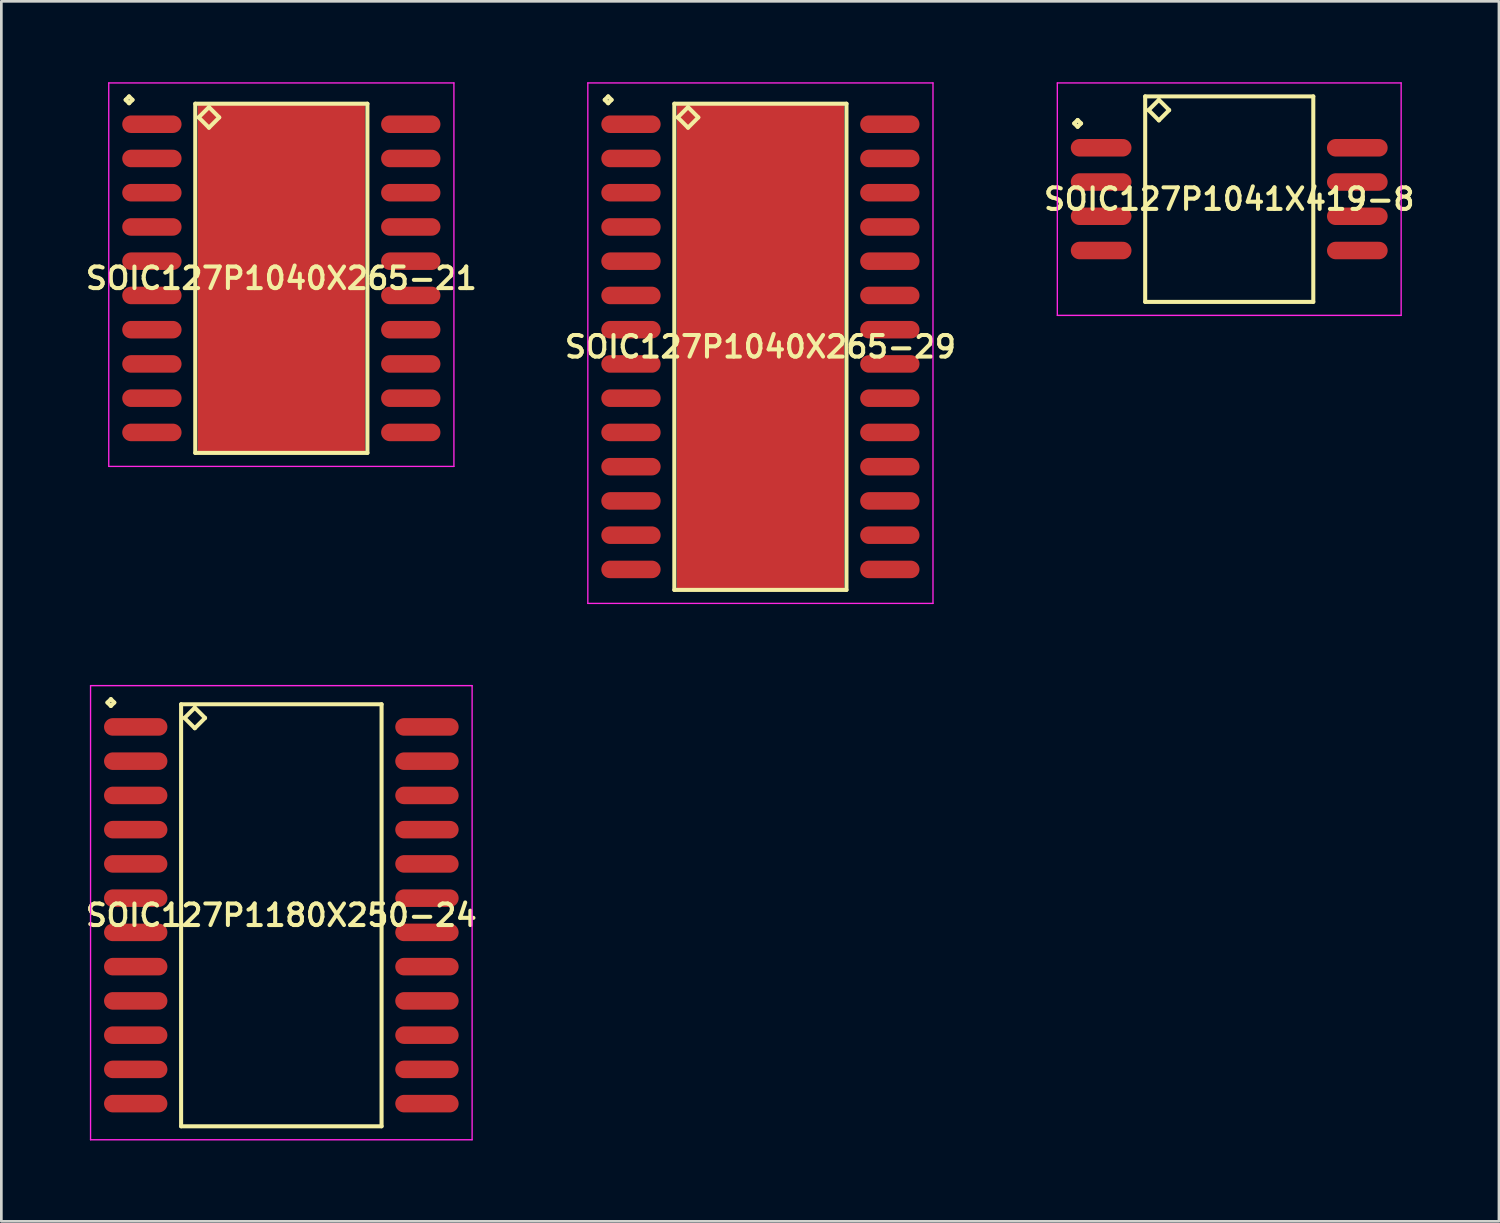
<source format=kicad_pcb>
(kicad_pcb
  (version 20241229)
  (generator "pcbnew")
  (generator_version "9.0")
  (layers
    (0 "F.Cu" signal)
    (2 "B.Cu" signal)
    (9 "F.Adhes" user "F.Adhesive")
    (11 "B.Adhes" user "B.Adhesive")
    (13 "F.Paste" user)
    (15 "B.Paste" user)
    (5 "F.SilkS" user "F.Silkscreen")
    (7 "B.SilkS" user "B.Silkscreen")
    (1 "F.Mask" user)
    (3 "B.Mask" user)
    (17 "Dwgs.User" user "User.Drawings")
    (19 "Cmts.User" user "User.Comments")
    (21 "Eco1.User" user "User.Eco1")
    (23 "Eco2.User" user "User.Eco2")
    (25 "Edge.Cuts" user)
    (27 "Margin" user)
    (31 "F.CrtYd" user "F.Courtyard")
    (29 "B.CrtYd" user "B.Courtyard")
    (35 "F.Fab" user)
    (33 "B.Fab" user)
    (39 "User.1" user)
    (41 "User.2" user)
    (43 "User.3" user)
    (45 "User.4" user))
  (footprint "SOIC127P1040X265-21"
    (layer "F.Cu")
    (at 7.383 7.271)
    (property "Reference" "SOIC127P1040X265-21" (at 0 0 0) (layer "F.SilkS") (effects (font (size 0.8 0.8) (thickness 0.15))))
    (attr smd)
    (fp_line (start -5.773 -6.619) (end -5.646 -6.746) (stroke (width 0.15) (type solid)) (layer "F.SilkS"))
    (fp_line (start -5.646 -6.746) (end -5.519 -6.619) (stroke (width 0.15) (type solid)) (layer "F.SilkS"))
    (fp_line (start -5.646 -6.492) (end -5.773 -6.619) (stroke (width 0.15) (type solid)) (layer "F.SilkS"))
    (fp_line (start -5.519 -6.619) (end -5.646 -6.492) (stroke (width 0.15) (type solid)) (layer "F.SilkS"))
    (fp_line (start -3.192 -6.475) (end -3.192 6.475) (stroke (width 0.15) (type solid)) (layer "F.SilkS"))
    (fp_line (start -3.192 6.475) (end 3.192 6.475) (stroke (width 0.15) (type solid)) (layer "F.SilkS"))
    (fp_line (start -3.065 -5.967) (end -2.684 -6.348) (stroke (width 0.15) (type solid)) (layer "F.SilkS"))
    (fp_line (start -2.684 -6.348) (end -2.303 -5.967) (stroke (width 0.15) (type solid)) (layer "F.SilkS"))
    (fp_line (start -2.684 -5.586) (end -3.065 -5.967) (stroke (width 0.15) (type solid)) (layer "F.SilkS"))
    (fp_line (start -2.303 -5.967) (end -2.684 -5.586) (stroke (width 0.15) (type solid)) (layer "F.SilkS"))
    (fp_line (start 3.192 -6.475) (end -3.192 -6.475) (stroke (width 0.15) (type solid)) (layer "F.SilkS"))
    (fp_line (start 3.192 6.475) (end 3.192 -6.475) (stroke (width 0.15) (type solid)) (layer "F.SilkS"))
    (fp_line (start -6.4 -7.246) (end 6.4 -7.246) (stroke (width 0.05) (type solid)) (layer "F.CrtYd"))
    (fp_line (start -6.4 6.975) (end -6.4 -7.246) (stroke (width 0.05) (type solid)) (layer "F.CrtYd"))
    (fp_line (start 6.4 -7.246) (end 6.4 6.975) (stroke (width 0.05) (type solid)) (layer "F.CrtYd"))
    (fp_line (start 6.4 6.975) (end -6.4 6.975) (stroke (width 0.05) (type solid)) (layer "F.CrtYd"))
    (pad "1" smd oval (at -4.8 -5.715) (size 2.2 0.65) (layers "F.Cu" "F.Mask" "F.Paste"))
    (pad "2" smd oval (at -4.8 -4.445) (size 2.2 0.65) (layers "F.Cu" "F.Mask" "F.Paste"))
    (pad "3" smd oval (at -4.8 -3.175) (size 2.2 0.65) (layers "F.Cu" "F.Mask" "F.Paste"))
    (pad "4" smd oval (at -4.8 -1.905) (size 2.2 0.65) (layers "F.Cu" "F.Mask" "F.Paste"))
    (pad "5" smd oval (at -4.8 -0.635) (size 2.2 0.65) (layers "F.Cu" "F.Mask" "F.Paste"))
    (pad "6" smd oval (at -4.8 0.635) (size 2.2 0.65) (layers "F.Cu" "F.Mask" "F.Paste"))
    (pad "7" smd oval (at -4.8 1.905) (size 2.2 0.65) (layers "F.Cu" "F.Mask" "F.Paste"))
    (pad "8" smd oval (at -4.8 3.175) (size 2.2 0.65) (layers "F.Cu" "F.Mask" "F.Paste"))
    (pad "9" smd oval (at -4.8 4.445) (size 2.2 0.65) (layers "F.Cu" "F.Mask" "F.Paste"))
    (pad "10" smd oval (at -4.8 5.715) (size 2.2 0.65) (layers "F.Cu" "F.Mask" "F.Paste"))
    (pad "11" smd oval (at 4.8 5.715) (size 2.2 0.65) (layers "F.Cu" "F.Mask" "F.Paste"))
    (pad "12" smd oval (at 4.8 4.445) (size 2.2 0.65) (layers "F.Cu" "F.Mask" "F.Paste"))
    (pad "13" smd oval (at 4.8 3.175) (size 2.2 0.65) (layers "F.Cu" "F.Mask" "F.Paste"))
    (pad "14" smd oval (at 4.8 1.905) (size 2.2 0.65) (layers "F.Cu" "F.Mask" "F.Paste"))
    (pad "15" smd oval (at 4.8 0.635) (size 2.2 0.65) (layers "F.Cu" "F.Mask" "F.Paste"))
    (pad "16" smd oval (at 4.8 -0.635) (size 2.2 0.65) (layers "F.Cu" "F.Mask" "F.Paste"))
    (pad "17" smd oval (at 4.8 -1.905) (size 2.2 0.65) (layers "F.Cu" "F.Mask" "F.Paste"))
    (pad "18" smd oval (at 4.8 -3.175) (size 2.2 0.65) (layers "F.Cu" "F.Mask" "F.Paste"))
    (pad "19" smd oval (at 4.8 -4.445) (size 2.2 0.65) (layers "F.Cu" "F.Mask" "F.Paste"))
    (pad "20" smd oval (at 4.8 -5.715) (size 2.2 0.65) (layers "F.Cu" "F.Mask" "F.Paste"))
    (pad "21" smd rect (at 0 0) (size 6.2 12.95) (layers "F.Cu" "F.Mask" "F.Paste")))
  (footprint "SOIC127P1041X419-8"
    (layer "F.Cu")
    (at 42.535 4.335)
    (property "Reference" "SOIC127P1041X419-8" (at 0 0 0) (layer "F.SilkS") (effects (font (size 0.8 0.8) (thickness 0.15))))
    (attr smd)
    (fp_line (start -5.748 -2.809) (end -5.621 -2.936) (stroke (width 0.15) (type solid)) (layer "F.SilkS"))
    (fp_line (start -5.621 -2.936) (end -5.494 -2.809) (stroke (width 0.15) (type solid)) (layer "F.SilkS"))
    (fp_line (start -5.621 -2.682) (end -5.748 -2.809) (stroke (width 0.15) (type solid)) (layer "F.SilkS"))
    (fp_line (start -5.494 -2.809) (end -5.621 -2.682) (stroke (width 0.15) (type solid)) (layer "F.SilkS"))
    (fp_line (start -3.117 -3.81) (end -3.117 3.81) (stroke (width 0.15) (type solid)) (layer "F.SilkS"))
    (fp_line (start -3.117 3.81) (end 3.117 3.81) (stroke (width 0.15) (type solid)) (layer "F.SilkS"))
    (fp_line (start -2.99 -3.302) (end -2.609 -3.683) (stroke (width 0.15) (type solid)) (layer "F.SilkS"))
    (fp_line (start -2.609 -3.683) (end -2.228 -3.302) (stroke (width 0.15) (type solid)) (layer "F.SilkS"))
    (fp_line (start -2.609 -2.921) (end -2.99 -3.302) (stroke (width 0.15) (type solid)) (layer "F.SilkS"))
    (fp_line (start -2.228 -3.302) (end -2.609 -2.921) (stroke (width 0.15) (type solid)) (layer "F.SilkS"))
    (fp_line (start 3.117 -3.81) (end -3.117 -3.81) (stroke (width 0.15) (type solid)) (layer "F.SilkS"))
    (fp_line (start 3.117 3.81) (end 3.117 -3.81) (stroke (width 0.15) (type solid)) (layer "F.SilkS"))
    (fp_line (start -6.375 -4.31) (end 6.375 -4.31) (stroke (width 0.05) (type solid)) (layer "F.CrtYd"))
    (fp_line (start -6.375 4.31) (end -6.375 -4.31) (stroke (width 0.05) (type solid)) (layer "F.CrtYd"))
    (fp_line (start 6.375 -4.31) (end 6.375 4.31) (stroke (width 0.05) (type solid)) (layer "F.CrtYd"))
    (fp_line (start 6.375 4.31) (end -6.375 4.31) (stroke (width 0.05) (type solid)) (layer "F.CrtYd"))
    (pad "1" smd oval (at -4.75 -1.905) (size 2.25 0.65) (layers "F.Cu" "F.Mask" "F.Paste"))
    (pad "2" smd oval (at -4.75 -0.635) (size 2.25 0.65) (layers "F.Cu" "F.Mask" "F.Paste"))
    (pad "3" smd oval (at -4.75 0.635) (size 2.25 0.65) (layers "F.Cu" "F.Mask" "F.Paste"))
    (pad "4" smd oval (at -4.75 1.905) (size 2.25 0.65) (layers "F.Cu" "F.Mask" "F.Paste"))
    (pad "5" smd oval (at 4.75 1.905) (size 2.25 0.65) (layers "F.Cu" "F.Mask" "F.Paste"))
    (pad "6" smd oval (at 4.75 0.635) (size 2.25 0.65) (layers "F.Cu" "F.Mask" "F.Paste"))
    (pad "7" smd oval (at 4.75 -0.635) (size 2.25 0.65) (layers "F.Cu" "F.Mask" "F.Paste"))
    (pad "8" smd oval (at 4.75 -1.905) (size 2.25 0.65) (layers "F.Cu" "F.Mask" "F.Paste")))
  (footprint "SOIC127P1040X265-29"
    (layer "F.Cu")
    (at 25.149 9.811)
    (property "Reference" "SOIC127P1040X265-29" (at 0 0 0) (layer "F.SilkS") (effects (font (size 0.8 0.8) (thickness 0.15))))
    (attr smd)
    (fp_line (start -5.773 -9.159) (end -5.646 -9.286) (stroke (width 0.15) (type solid)) (layer "F.SilkS"))
    (fp_line (start -5.646 -9.286) (end -5.519 -9.159) (stroke (width 0.15) (type solid)) (layer "F.SilkS"))
    (fp_line (start -5.646 -9.032) (end -5.773 -9.159) (stroke (width 0.15) (type solid)) (layer "F.SilkS"))
    (fp_line (start -5.519 -9.159) (end -5.646 -9.032) (stroke (width 0.15) (type solid)) (layer "F.SilkS"))
    (fp_line (start -3.192 -9.015) (end -3.192 9.015) (stroke (width 0.15) (type solid)) (layer "F.SilkS"))
    (fp_line (start -3.192 9.015) (end 3.192 9.015) (stroke (width 0.15) (type solid)) (layer "F.SilkS"))
    (fp_line (start -3.065 -8.507) (end -2.684 -8.888) (stroke (width 0.15) (type solid)) (layer "F.SilkS"))
    (fp_line (start -2.684 -8.888) (end -2.303 -8.507) (stroke (width 0.15) (type solid)) (layer "F.SilkS"))
    (fp_line (start -2.684 -8.126) (end -3.065 -8.507) (stroke (width 0.15) (type solid)) (layer "F.SilkS"))
    (fp_line (start -2.303 -8.507) (end -2.684 -8.126) (stroke (width 0.15) (type solid)) (layer "F.SilkS"))
    (fp_line (start 3.192 -9.015) (end -3.192 -9.015) (stroke (width 0.15) (type solid)) (layer "F.SilkS"))
    (fp_line (start 3.192 9.015) (end 3.192 -9.015) (stroke (width 0.15) (type solid)) (layer "F.SilkS"))
    (fp_line (start -6.4 -9.786) (end 6.4 -9.786) (stroke (width 0.05) (type solid)) (layer "F.CrtYd"))
    (fp_line (start -6.4 9.515) (end -6.4 -9.786) (stroke (width 0.05) (type solid)) (layer "F.CrtYd"))
    (fp_line (start 6.4 -9.786) (end 6.4 9.515) (stroke (width 0.05) (type solid)) (layer "F.CrtYd"))
    (fp_line (start 6.4 9.515) (end -6.4 9.515) (stroke (width 0.05) (type solid)) (layer "F.CrtYd"))
    (pad "1" smd oval (at -4.8 -8.255) (size 2.2 0.65) (layers "F.Cu" "F.Mask" "F.Paste"))
    (pad "2" smd oval (at -4.8 -6.985) (size 2.2 0.65) (layers "F.Cu" "F.Mask" "F.Paste"))
    (pad "3" smd oval (at -4.8 -5.715) (size 2.2 0.65) (layers "F.Cu" "F.Mask" "F.Paste"))
    (pad "4" smd oval (at -4.8 -4.445) (size 2.2 0.65) (layers "F.Cu" "F.Mask" "F.Paste"))
    (pad "5" smd oval (at -4.8 -3.175) (size 2.2 0.65) (layers "F.Cu" "F.Mask" "F.Paste"))
    (pad "6" smd oval (at -4.8 -1.905) (size 2.2 0.65) (layers "F.Cu" "F.Mask" "F.Paste"))
    (pad "7" smd oval (at -4.8 -0.635) (size 2.2 0.65) (layers "F.Cu" "F.Mask" "F.Paste"))
    (pad "8" smd oval (at -4.8 0.635) (size 2.2 0.65) (layers "F.Cu" "F.Mask" "F.Paste"))
    (pad "9" smd oval (at -4.8 1.905) (size 2.2 0.65) (layers "F.Cu" "F.Mask" "F.Paste"))
    (pad "10" smd oval (at -4.8 3.175) (size 2.2 0.65) (layers "F.Cu" "F.Mask" "F.Paste"))
    (pad "11" smd oval (at -4.8 4.445) (size 2.2 0.65) (layers "F.Cu" "F.Mask" "F.Paste"))
    (pad "12" smd oval (at -4.8 5.715) (size 2.2 0.65) (layers "F.Cu" "F.Mask" "F.Paste"))
    (pad "13" smd oval (at -4.8 6.985) (size 2.2 0.65) (layers "F.Cu" "F.Mask" "F.Paste"))
    (pad "14" smd oval (at -4.8 8.255) (size 2.2 0.65) (layers "F.Cu" "F.Mask" "F.Paste"))
    (pad "15" smd oval (at 4.8 8.255) (size 2.2 0.65) (layers "F.Cu" "F.Mask" "F.Paste"))
    (pad "16" smd oval (at 4.8 6.985) (size 2.2 0.65) (layers "F.Cu" "F.Mask" "F.Paste"))
    (pad "17" smd oval (at 4.8 5.715) (size 2.2 0.65) (layers "F.Cu" "F.Mask" "F.Paste"))
    (pad "18" smd oval (at 4.8 4.445) (size 2.2 0.65) (layers "F.Cu" "F.Mask" "F.Paste"))
    (pad "19" smd oval (at 4.8 3.175) (size 2.2 0.65) (layers "F.Cu" "F.Mask" "F.Paste"))
    (pad "20" smd oval (at 4.8 1.905) (size 2.2 0.65) (layers "F.Cu" "F.Mask" "F.Paste"))
    (pad "21" smd oval (at 4.8 0.635) (size 2.2 0.65) (layers "F.Cu" "F.Mask" "F.Paste"))
    (pad "22" smd oval (at 4.8 -0.635) (size 2.2 0.65) (layers "F.Cu" "F.Mask" "F.Paste"))
    (pad "23" smd oval (at 4.8 -1.905) (size 2.2 0.65) (layers "F.Cu" "F.Mask" "F.Paste"))
    (pad "24" smd oval (at 4.8 -3.175) (size 2.2 0.65) (layers "F.Cu" "F.Mask" "F.Paste"))
    (pad "25" smd oval (at 4.8 -4.445) (size 2.2 0.65) (layers "F.Cu" "F.Mask" "F.Paste"))
    (pad "26" smd oval (at 4.8 -5.715) (size 2.2 0.65) (layers "F.Cu" "F.Mask" "F.Paste"))
    (pad "27" smd oval (at 4.8 -6.985) (size 2.2 0.65) (layers "F.Cu" "F.Mask" "F.Paste"))
    (pad "28" smd oval (at 4.8 -8.255) (size 2.2 0.65) (layers "F.Cu" "F.Mask" "F.Paste"))
    (pad "29" smd rect (at 0 0) (size 6.2 18) (layers "F.Cu" "F.Mask" "F.Paste")))
  (footprint "SOIC127P1180X250-24"
    (layer "F.Cu")
    (at 7.383 30.892)
    (property "Reference" "SOIC127P1180X250-24" (at 0 0 0) (layer "F.SilkS") (effects (font (size 0.8 0.8) (thickness 0.15))))
    (attr smd)
    (fp_line (start -6.448 -7.889) (end -6.321 -8.016) (stroke (width 0.15) (type solid)) (layer "F.SilkS"))
    (fp_line (start -6.321 -8.016) (end -6.194 -7.889) (stroke (width 0.15) (type solid)) (layer "F.SilkS"))
    (fp_line (start -6.321 -7.762) (end -6.448 -7.889) (stroke (width 0.15) (type solid)) (layer "F.SilkS"))
    (fp_line (start -6.194 -7.889) (end -6.321 -7.762) (stroke (width 0.15) (type solid)) (layer "F.SilkS"))
    (fp_line (start -3.717 -7.825) (end -3.717 7.825) (stroke (width 0.15) (type solid)) (layer "F.SilkS"))
    (fp_line (start -3.717 7.825) (end 3.717 7.825) (stroke (width 0.15) (type solid)) (layer "F.SilkS"))
    (fp_line (start -3.59 -7.317) (end -3.209 -7.698) (stroke (width 0.15) (type solid)) (layer "F.SilkS"))
    (fp_line (start -3.209 -7.698) (end -2.828 -7.317) (stroke (width 0.15) (type solid)) (layer "F.SilkS"))
    (fp_line (start -3.209 -6.936) (end -3.59 -7.317) (stroke (width 0.15) (type solid)) (layer "F.SilkS"))
    (fp_line (start -2.828 -7.317) (end -3.209 -6.936) (stroke (width 0.15) (type solid)) (layer "F.SilkS"))
    (fp_line (start 3.717 -7.825) (end -3.717 -7.825) (stroke (width 0.15) (type solid)) (layer "F.SilkS"))
    (fp_line (start 3.717 7.825) (end 3.717 -7.825) (stroke (width 0.15) (type solid)) (layer "F.SilkS"))
    (fp_line (start -7.075 -8.516) (end 7.075 -8.516) (stroke (width 0.05) (type solid)) (layer "F.CrtYd"))
    (fp_line (start -7.075 8.325) (end -7.075 -8.516) (stroke (width 0.05) (type solid)) (layer "F.CrtYd"))
    (fp_line (start 7.075 -8.516) (end 7.075 8.325) (stroke (width 0.05) (type solid)) (layer "F.CrtYd"))
    (fp_line (start 7.075 8.325) (end -7.075 8.325) (stroke (width 0.05) (type solid)) (layer "F.CrtYd"))
    (pad "1" smd oval (at -5.4 -6.985) (size 2.35 0.65) (layers "F.Cu" "F.Mask" "F.Paste"))
    (pad "2" smd oval (at -5.4 -5.715) (size 2.35 0.65) (layers "F.Cu" "F.Mask" "F.Paste"))
    (pad "3" smd oval (at -5.4 -4.445) (size 2.35 0.65) (layers "F.Cu" "F.Mask" "F.Paste"))
    (pad "4" smd oval (at -5.4 -3.175) (size 2.35 0.65) (layers "F.Cu" "F.Mask" "F.Paste"))
    (pad "5" smd oval (at -5.4 -1.905) (size 2.35 0.65) (layers "F.Cu" "F.Mask" "F.Paste"))
    (pad "6" smd oval (at -5.4 -0.635) (size 2.35 0.65) (layers "F.Cu" "F.Mask" "F.Paste"))
    (pad "7" smd oval (at -5.4 0.635) (size 2.35 0.65) (layers "F.Cu" "F.Mask" "F.Paste"))
    (pad "8" smd oval (at -5.4 1.905) (size 2.35 0.65) (layers "F.Cu" "F.Mask" "F.Paste"))
    (pad "9" smd oval (at -5.4 3.175) (size 2.35 0.65) (layers "F.Cu" "F.Mask" "F.Paste"))
    (pad "10" smd oval (at -5.4 4.445) (size 2.35 0.65) (layers "F.Cu" "F.Mask" "F.Paste"))
    (pad "11" smd oval (at -5.4 5.715) (size 2.35 0.65) (layers "F.Cu" "F.Mask" "F.Paste"))
    (pad "12" smd oval (at -5.4 6.985) (size 2.35 0.65) (layers "F.Cu" "F.Mask" "F.Paste"))
    (pad "13" smd oval (at 5.4 6.985) (size 2.35 0.65) (layers "F.Cu" "F.Mask" "F.Paste"))
    (pad "14" smd oval (at 5.4 5.715) (size 2.35 0.65) (layers "F.Cu" "F.Mask" "F.Paste"))
    (pad "15" smd oval (at 5.4 4.445) (size 2.35 0.65) (layers "F.Cu" "F.Mask" "F.Paste"))
    (pad "16" smd oval (at 5.4 3.175) (size 2.35 0.65) (layers "F.Cu" "F.Mask" "F.Paste"))
    (pad "17" smd oval (at 5.4 1.905) (size 2.35 0.65) (layers "F.Cu" "F.Mask" "F.Paste"))
    (pad "18" smd oval (at 5.4 0.635) (size 2.35 0.65) (layers "F.Cu" "F.Mask" "F.Paste"))
    (pad "19" smd oval (at 5.4 -0.635) (size 2.35 0.65) (layers "F.Cu" "F.Mask" "F.Paste"))
    (pad "20" smd oval (at 5.4 -1.905) (size 2.35 0.65) (layers "F.Cu" "F.Mask" "F.Paste"))
    (pad "21" smd oval (at 5.4 -3.175) (size 2.35 0.65) (layers "F.Cu" "F.Mask" "F.Paste"))
    (pad "22" smd oval (at 5.4 -4.445) (size 2.35 0.65) (layers "F.Cu" "F.Mask" "F.Paste"))
    (pad "23" smd oval (at 5.4 -5.715) (size 2.35 0.65) (layers "F.Cu" "F.Mask" "F.Paste"))
    (pad "24" smd oval (at 5.4 -6.985) (size 2.35 0.65) (layers "F.Cu" "F.Mask" "F.Paste")))
  (gr_rect
    (start -3 -3)
    (end 52.537 42.242)
    (stroke (width 0.1) (type default))
    (fill no)
    (layer "Edge.Cuts")))
</source>
